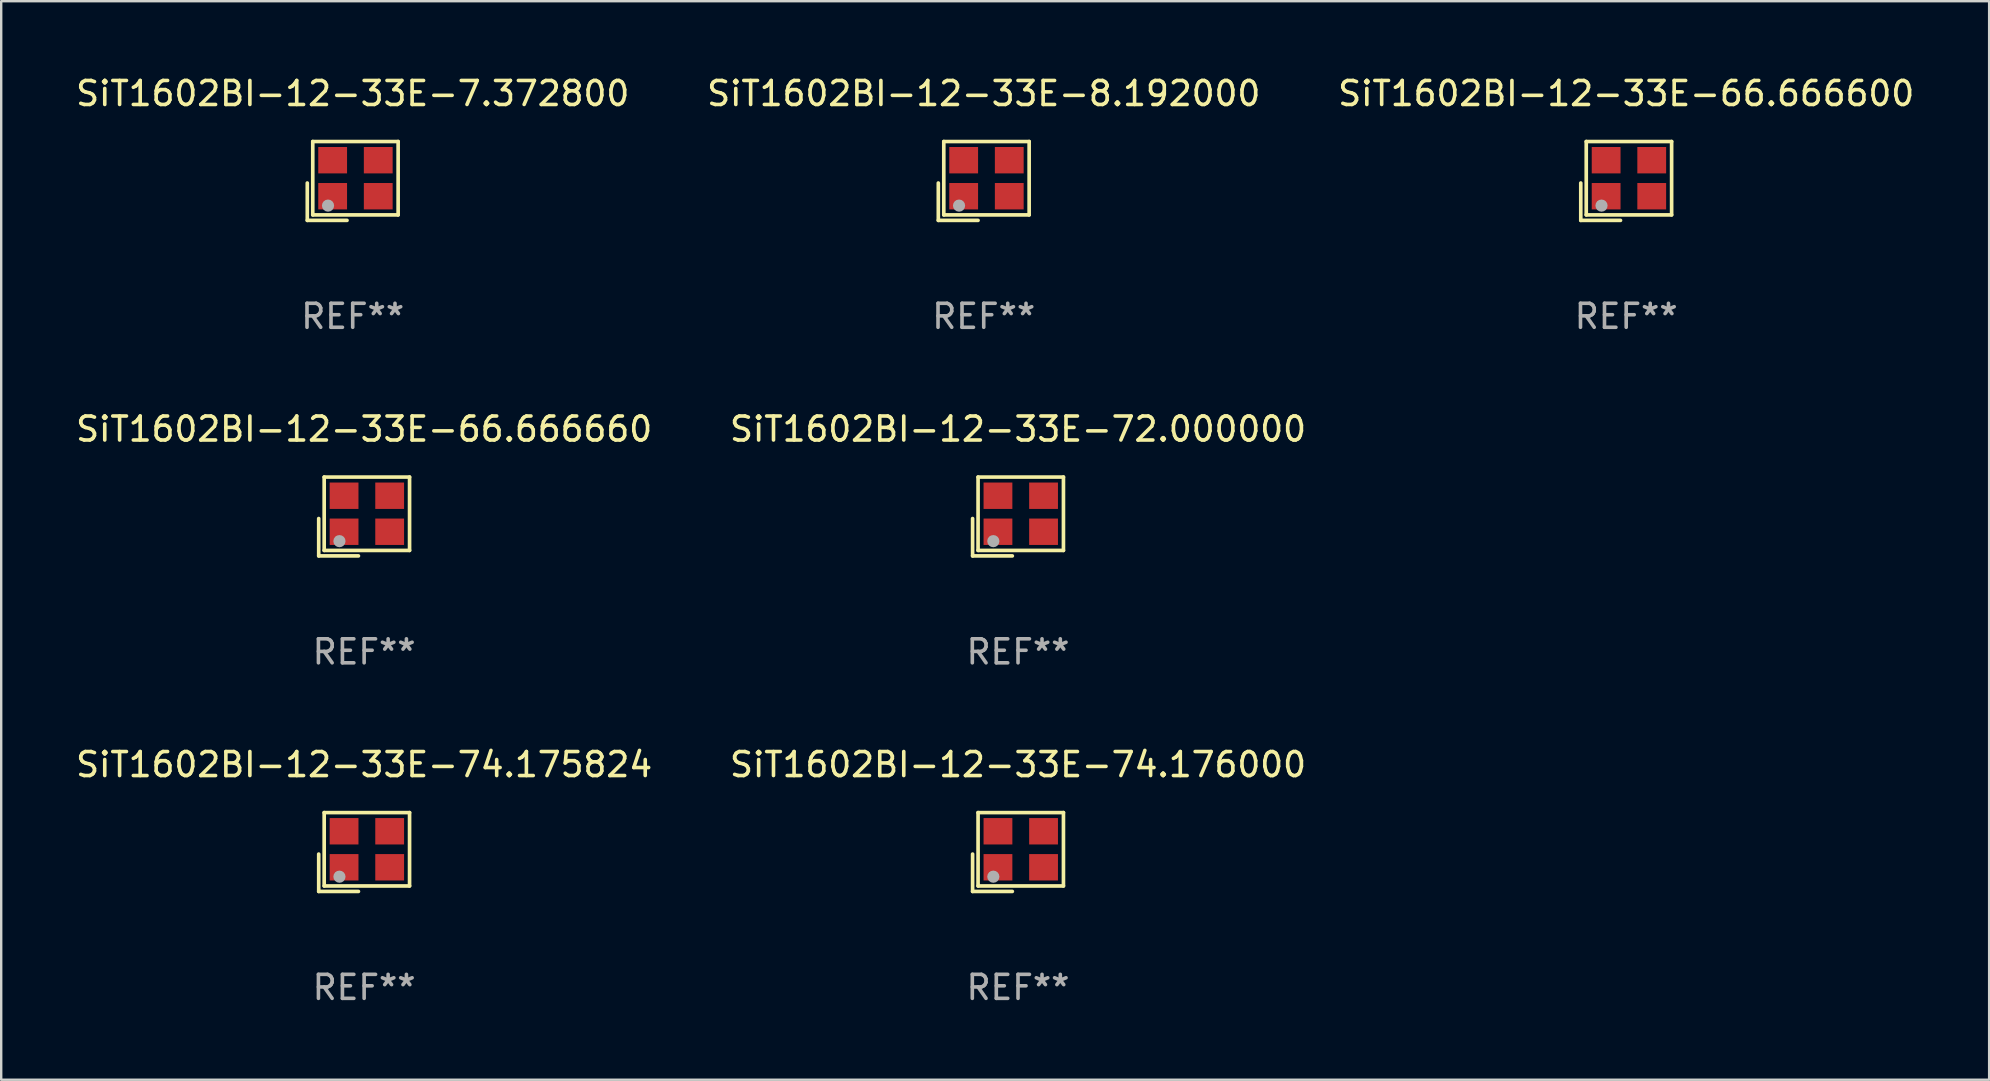
<source format=kicad_pcb>
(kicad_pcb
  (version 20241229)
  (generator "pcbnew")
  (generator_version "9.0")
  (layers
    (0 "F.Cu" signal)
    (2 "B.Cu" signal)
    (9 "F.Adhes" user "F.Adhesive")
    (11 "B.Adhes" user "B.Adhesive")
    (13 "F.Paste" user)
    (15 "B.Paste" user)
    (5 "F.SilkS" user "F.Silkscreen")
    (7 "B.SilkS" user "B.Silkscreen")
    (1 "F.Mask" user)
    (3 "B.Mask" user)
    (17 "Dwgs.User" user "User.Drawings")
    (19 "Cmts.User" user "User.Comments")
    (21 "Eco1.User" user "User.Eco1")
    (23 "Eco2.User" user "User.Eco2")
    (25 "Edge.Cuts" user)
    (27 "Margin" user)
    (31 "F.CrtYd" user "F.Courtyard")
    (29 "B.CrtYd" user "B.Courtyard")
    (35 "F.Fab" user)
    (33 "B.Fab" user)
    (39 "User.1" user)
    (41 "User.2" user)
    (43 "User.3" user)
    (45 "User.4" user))
  (footprint "SiT1602BI-12-33E-66.666600"
    (layer "F.Cu")
    (at 64.72 4.491)
    (property "Reference" "SiT1602BI-12-33E-66.666600" (at 0 -3.643 0) (layer "F.SilkS") (effects (font (size 1 1) (thickness 0.15))))
    (attr through_hole)
    (fp_line (start -1.893 0.086) (end -1.893 1.643) (stroke (width 0.152) (type solid)) (layer "F.SilkS"))
    (fp_line (start -1.893 1.643) (end -0.237 1.643) (stroke (width 0.152) (type solid)) (layer "F.SilkS"))
    (fp_line (start -1.665 -1.643) (end 1.893 -1.643) (stroke (width 0.152) (type solid)) (layer "F.SilkS"))
    (fp_line (start -1.665 1.414) (end -1.665 -1.643) (stroke (width 0.152) (type solid)) (layer "F.SilkS"))
    (fp_line (start 1.893 -1.643) (end 1.893 1.414) (stroke (width 0.152) (type solid)) (layer "F.SilkS"))
    (fp_line (start 1.893 1.414) (end -1.665 1.414) (stroke (width 0.152) (type solid)) (layer "F.SilkS"))
    (fp_circle (center -1.136 0.885) (end -1.106 0.885) (stroke (width 0.06) (type solid)) (fill no) (layer "F.SilkS"))
    (fp_circle (center -1.029 1.028) (end -0.902 1.028) (stroke (width 0.254) (type solid)) (fill no) (layer "F.Fab"))
    (fp_text user "REF**" (at 0 5.643 0) (layer "F.Fab") (effects (font (size 1 1) (thickness 0.15))))
    (pad "1" smd rect (at -0.836 0.636) (size 1.2 1.1) (layers "F.Cu" "F.Mask" "F.Paste"))
    (pad "2" smd rect (at 1.064 0.636) (size 1.2 1.1) (layers "F.Cu" "F.Mask" "F.Paste"))
    (pad "3" smd rect (at 1.064 -0.865) (size 1.2 1.1) (layers "F.Cu" "F.Mask" "F.Paste"))
    (pad "4" smd rect (at -0.836 -0.865) (size 1.2 1.1) (layers "F.Cu" "F.Mask" "F.Paste")))
  (footprint "SiT1602BI-12-33E-8.192000"
    (layer "F.Cu")
    (at 37.946 4.491)
    (property "Reference" "SiT1602BI-12-33E-8.192000" (at 0 -3.643 0) (layer "F.SilkS") (effects (font (size 1 1) (thickness 0.15))))
    (attr through_hole)
    (fp_line (start -1.893 0.086) (end -1.893 1.643) (stroke (width 0.152) (type solid)) (layer "F.SilkS"))
    (fp_line (start -1.893 1.643) (end -0.237 1.643) (stroke (width 0.152) (type solid)) (layer "F.SilkS"))
    (fp_line (start -1.665 -1.643) (end 1.893 -1.643) (stroke (width 0.152) (type solid)) (layer "F.SilkS"))
    (fp_line (start -1.665 1.414) (end -1.665 -1.643) (stroke (width 0.152) (type solid)) (layer "F.SilkS"))
    (fp_line (start 1.893 -1.643) (end 1.893 1.414) (stroke (width 0.152) (type solid)) (layer "F.SilkS"))
    (fp_line (start 1.893 1.414) (end -1.665 1.414) (stroke (width 0.152) (type solid)) (layer "F.SilkS"))
    (fp_circle (center -1.136 0.885) (end -1.106 0.885) (stroke (width 0.06) (type solid)) (fill no) (layer "F.SilkS"))
    (fp_circle (center -1.029 1.028) (end -0.902 1.028) (stroke (width 0.254) (type solid)) (fill no) (layer "F.Fab"))
    (fp_text user "REF**" (at 0 5.643 0) (layer "F.Fab") (effects (font (size 1 1) (thickness 0.15))))
    (pad "1" smd rect (at -0.836 0.636) (size 1.2 1.1) (layers "F.Cu" "F.Mask" "F.Paste"))
    (pad "2" smd rect (at 1.064 0.636) (size 1.2 1.1) (layers "F.Cu" "F.Mask" "F.Paste"))
    (pad "3" smd rect (at 1.064 -0.865) (size 1.2 1.1) (layers "F.Cu" "F.Mask" "F.Paste"))
    (pad "4" smd rect (at -0.836 -0.865) (size 1.2 1.1) (layers "F.Cu" "F.Mask" "F.Paste")))
  (footprint "SiT1602BI-12-33E-7.372800"
    (layer "F.Cu")
    (at 11.649 4.491)
    (property "Reference" "SiT1602BI-12-33E-7.372800" (at 0 -3.643 0) (layer "F.SilkS") (effects (font (size 1 1) (thickness 0.15))))
    (attr through_hole)
    (fp_line (start -1.893 0.086) (end -1.893 1.643) (stroke (width 0.152) (type solid)) (layer "F.SilkS"))
    (fp_line (start -1.893 1.643) (end -0.237 1.643) (stroke (width 0.152) (type solid)) (layer "F.SilkS"))
    (fp_line (start -1.665 -1.643) (end 1.893 -1.643) (stroke (width 0.152) (type solid)) (layer "F.SilkS"))
    (fp_line (start -1.665 1.414) (end -1.665 -1.643) (stroke (width 0.152) (type solid)) (layer "F.SilkS"))
    (fp_line (start 1.893 -1.643) (end 1.893 1.414) (stroke (width 0.152) (type solid)) (layer "F.SilkS"))
    (fp_line (start 1.893 1.414) (end -1.665 1.414) (stroke (width 0.152) (type solid)) (layer "F.SilkS"))
    (fp_circle (center -1.136 0.885) (end -1.106 0.885) (stroke (width 0.06) (type solid)) (fill no) (layer "F.SilkS"))
    (fp_circle (center -1.029 1.028) (end -0.902 1.028) (stroke (width 0.254) (type solid)) (fill no) (layer "F.Fab"))
    (fp_text user "REF**" (at 0 5.643 0) (layer "F.Fab") (effects (font (size 1 1) (thickness 0.15))))
    (pad "1" smd rect (at -0.836 0.636) (size 1.2 1.1) (layers "F.Cu" "F.Mask" "F.Paste"))
    (pad "2" smd rect (at 1.064 0.636) (size 1.2 1.1) (layers "F.Cu" "F.Mask" "F.Paste"))
    (pad "3" smd rect (at 1.064 -0.865) (size 1.2 1.1) (layers "F.Cu" "F.Mask" "F.Paste"))
    (pad "4" smd rect (at -0.836 -0.865) (size 1.2 1.1) (layers "F.Cu" "F.Mask" "F.Paste")))
  (footprint "SiT1602BI-12-33E-66.666660"
    (layer "F.Cu")
    (at 12.125 18.474)
    (property "Reference" "SiT1602BI-12-33E-66.666660" (at 0 -3.643 0) (layer "F.SilkS") (effects (font (size 1 1) (thickness 0.15))))
    (attr through_hole)
    (fp_line (start -1.893 0.086) (end -1.893 1.643) (stroke (width 0.152) (type solid)) (layer "F.SilkS"))
    (fp_line (start -1.893 1.643) (end -0.237 1.643) (stroke (width 0.152) (type solid)) (layer "F.SilkS"))
    (fp_line (start -1.665 -1.643) (end 1.893 -1.643) (stroke (width 0.152) (type solid)) (layer "F.SilkS"))
    (fp_line (start -1.665 1.414) (end -1.665 -1.643) (stroke (width 0.152) (type solid)) (layer "F.SilkS"))
    (fp_line (start 1.893 -1.643) (end 1.893 1.414) (stroke (width 0.152) (type solid)) (layer "F.SilkS"))
    (fp_line (start 1.893 1.414) (end -1.665 1.414) (stroke (width 0.152) (type solid)) (layer "F.SilkS"))
    (fp_circle (center -1.136 0.885) (end -1.106 0.885) (stroke (width 0.06) (type solid)) (fill no) (layer "F.SilkS"))
    (fp_circle (center -1.029 1.028) (end -0.902 1.028) (stroke (width 0.254) (type solid)) (fill no) (layer "F.Fab"))
    (fp_text user "REF**" (at 0 5.643 0) (layer "F.Fab") (effects (font (size 1 1) (thickness 0.15))))
    (pad "1" smd rect (at -0.836 0.636) (size 1.2 1.1) (layers "F.Cu" "F.Mask" "F.Paste"))
    (pad "2" smd rect (at 1.064 0.636) (size 1.2 1.1) (layers "F.Cu" "F.Mask" "F.Paste"))
    (pad "3" smd rect (at 1.064 -0.865) (size 1.2 1.1) (layers "F.Cu" "F.Mask" "F.Paste"))
    (pad "4" smd rect (at -0.836 -0.865) (size 1.2 1.1) (layers "F.Cu" "F.Mask" "F.Paste")))
  (footprint "SiT1602BI-12-33E-74.176000"
    (layer "F.Cu")
    (at 39.375 32.457)
    (property "Reference" "SiT1602BI-12-33E-74.176000" (at 0 -3.643 0) (layer "F.SilkS") (effects (font (size 1 1) (thickness 0.15))))
    (attr through_hole)
    (fp_line (start -1.893 0.086) (end -1.893 1.643) (stroke (width 0.152) (type solid)) (layer "F.SilkS"))
    (fp_line (start -1.893 1.643) (end -0.237 1.643) (stroke (width 0.152) (type solid)) (layer "F.SilkS"))
    (fp_line (start -1.665 -1.643) (end 1.893 -1.643) (stroke (width 0.152) (type solid)) (layer "F.SilkS"))
    (fp_line (start -1.665 1.414) (end -1.665 -1.643) (stroke (width 0.152) (type solid)) (layer "F.SilkS"))
    (fp_line (start 1.893 -1.643) (end 1.893 1.414) (stroke (width 0.152) (type solid)) (layer "F.SilkS"))
    (fp_line (start 1.893 1.414) (end -1.665 1.414) (stroke (width 0.152) (type solid)) (layer "F.SilkS"))
    (fp_circle (center -1.136 0.885) (end -1.106 0.885) (stroke (width 0.06) (type solid)) (fill no) (layer "F.SilkS"))
    (fp_circle (center -1.029 1.028) (end -0.902 1.028) (stroke (width 0.254) (type solid)) (fill no) (layer "F.Fab"))
    (fp_text user "REF**" (at 0 5.643 0) (layer "F.Fab") (effects (font (size 1 1) (thickness 0.15))))
    (pad "1" smd rect (at -0.836 0.636) (size 1.2 1.1) (layers "F.Cu" "F.Mask" "F.Paste"))
    (pad "2" smd rect (at 1.064 0.636) (size 1.2 1.1) (layers "F.Cu" "F.Mask" "F.Paste"))
    (pad "3" smd rect (at 1.064 -0.865) (size 1.2 1.1) (layers "F.Cu" "F.Mask" "F.Paste"))
    (pad "4" smd rect (at -0.836 -0.865) (size 1.2 1.1) (layers "F.Cu" "F.Mask" "F.Paste")))
  (footprint "SiT1602BI-12-33E-72.000000"
    (layer "F.Cu")
    (at 39.375 18.474)
    (property "Reference" "SiT1602BI-12-33E-72.000000" (at 0 -3.643 0) (layer "F.SilkS") (effects (font (size 1 1) (thickness 0.15))))
    (attr through_hole)
    (fp_line (start -1.893 0.086) (end -1.893 1.643) (stroke (width 0.152) (type solid)) (layer "F.SilkS"))
    (fp_line (start -1.893 1.643) (end -0.237 1.643) (stroke (width 0.152) (type solid)) (layer "F.SilkS"))
    (fp_line (start -1.665 -1.643) (end 1.893 -1.643) (stroke (width 0.152) (type solid)) (layer "F.SilkS"))
    (fp_line (start -1.665 1.414) (end -1.665 -1.643) (stroke (width 0.152) (type solid)) (layer "F.SilkS"))
    (fp_line (start 1.893 -1.643) (end 1.893 1.414) (stroke (width 0.152) (type solid)) (layer "F.SilkS"))
    (fp_line (start 1.893 1.414) (end -1.665 1.414) (stroke (width 0.152) (type solid)) (layer "F.SilkS"))
    (fp_circle (center -1.136 0.885) (end -1.106 0.885) (stroke (width 0.06) (type solid)) (fill no) (layer "F.SilkS"))
    (fp_circle (center -1.029 1.028) (end -0.902 1.028) (stroke (width 0.254) (type solid)) (fill no) (layer "F.Fab"))
    (fp_text user "REF**" (at 0 5.643 0) (layer "F.Fab") (effects (font (size 1 1) (thickness 0.15))))
    (pad "1" smd rect (at -0.836 0.636) (size 1.2 1.1) (layers "F.Cu" "F.Mask" "F.Paste"))
    (pad "2" smd rect (at 1.064 0.636) (size 1.2 1.1) (layers "F.Cu" "F.Mask" "F.Paste"))
    (pad "3" smd rect (at 1.064 -0.865) (size 1.2 1.1) (layers "F.Cu" "F.Mask" "F.Paste"))
    (pad "4" smd rect (at -0.836 -0.865) (size 1.2 1.1) (layers "F.Cu" "F.Mask" "F.Paste")))
  (footprint "SiT1602BI-12-33E-74.175824"
    (layer "F.Cu")
    (at 12.125 32.457)
    (property "Reference" "SiT1602BI-12-33E-74.175824" (at 0 -3.643 0) (layer "F.SilkS") (effects (font (size 1 1) (thickness 0.15))))
    (attr through_hole)
    (fp_line (start -1.893 0.086) (end -1.893 1.643) (stroke (width 0.152) (type solid)) (layer "F.SilkS"))
    (fp_line (start -1.893 1.643) (end -0.237 1.643) (stroke (width 0.152) (type solid)) (layer "F.SilkS"))
    (fp_line (start -1.665 -1.643) (end 1.893 -1.643) (stroke (width 0.152) (type solid)) (layer "F.SilkS"))
    (fp_line (start -1.665 1.414) (end -1.665 -1.643) (stroke (width 0.152) (type solid)) (layer "F.SilkS"))
    (fp_line (start 1.893 -1.643) (end 1.893 1.414) (stroke (width 0.152) (type solid)) (layer "F.SilkS"))
    (fp_line (start 1.893 1.414) (end -1.665 1.414) (stroke (width 0.152) (type solid)) (layer "F.SilkS"))
    (fp_circle (center -1.136 0.885) (end -1.106 0.885) (stroke (width 0.06) (type solid)) (fill no) (layer "F.SilkS"))
    (fp_circle (center -1.029 1.028) (end -0.902 1.028) (stroke (width 0.254) (type solid)) (fill no) (layer "F.Fab"))
    (fp_text user "REF**" (at 0 5.643 0) (layer "F.Fab") (effects (font (size 1 1) (thickness 0.15))))
    (pad "1" smd rect (at -0.836 0.636) (size 1.2 1.1) (layers "F.Cu" "F.Mask" "F.Paste"))
    (pad "2" smd rect (at 1.064 0.636) (size 1.2 1.1) (layers "F.Cu" "F.Mask" "F.Paste"))
    (pad "3" smd rect (at 1.064 -0.865) (size 1.2 1.1) (layers "F.Cu" "F.Mask" "F.Paste"))
    (pad "4" smd rect (at -0.836 -0.865) (size 1.2 1.1) (layers "F.Cu" "F.Mask" "F.Paste")))
  (gr_rect
    (start -3 -3)
    (end 79.845 41.948)
    (stroke (width 0.1) (type default))
    (fill no)
    (layer "Edge.Cuts")))
</source>
